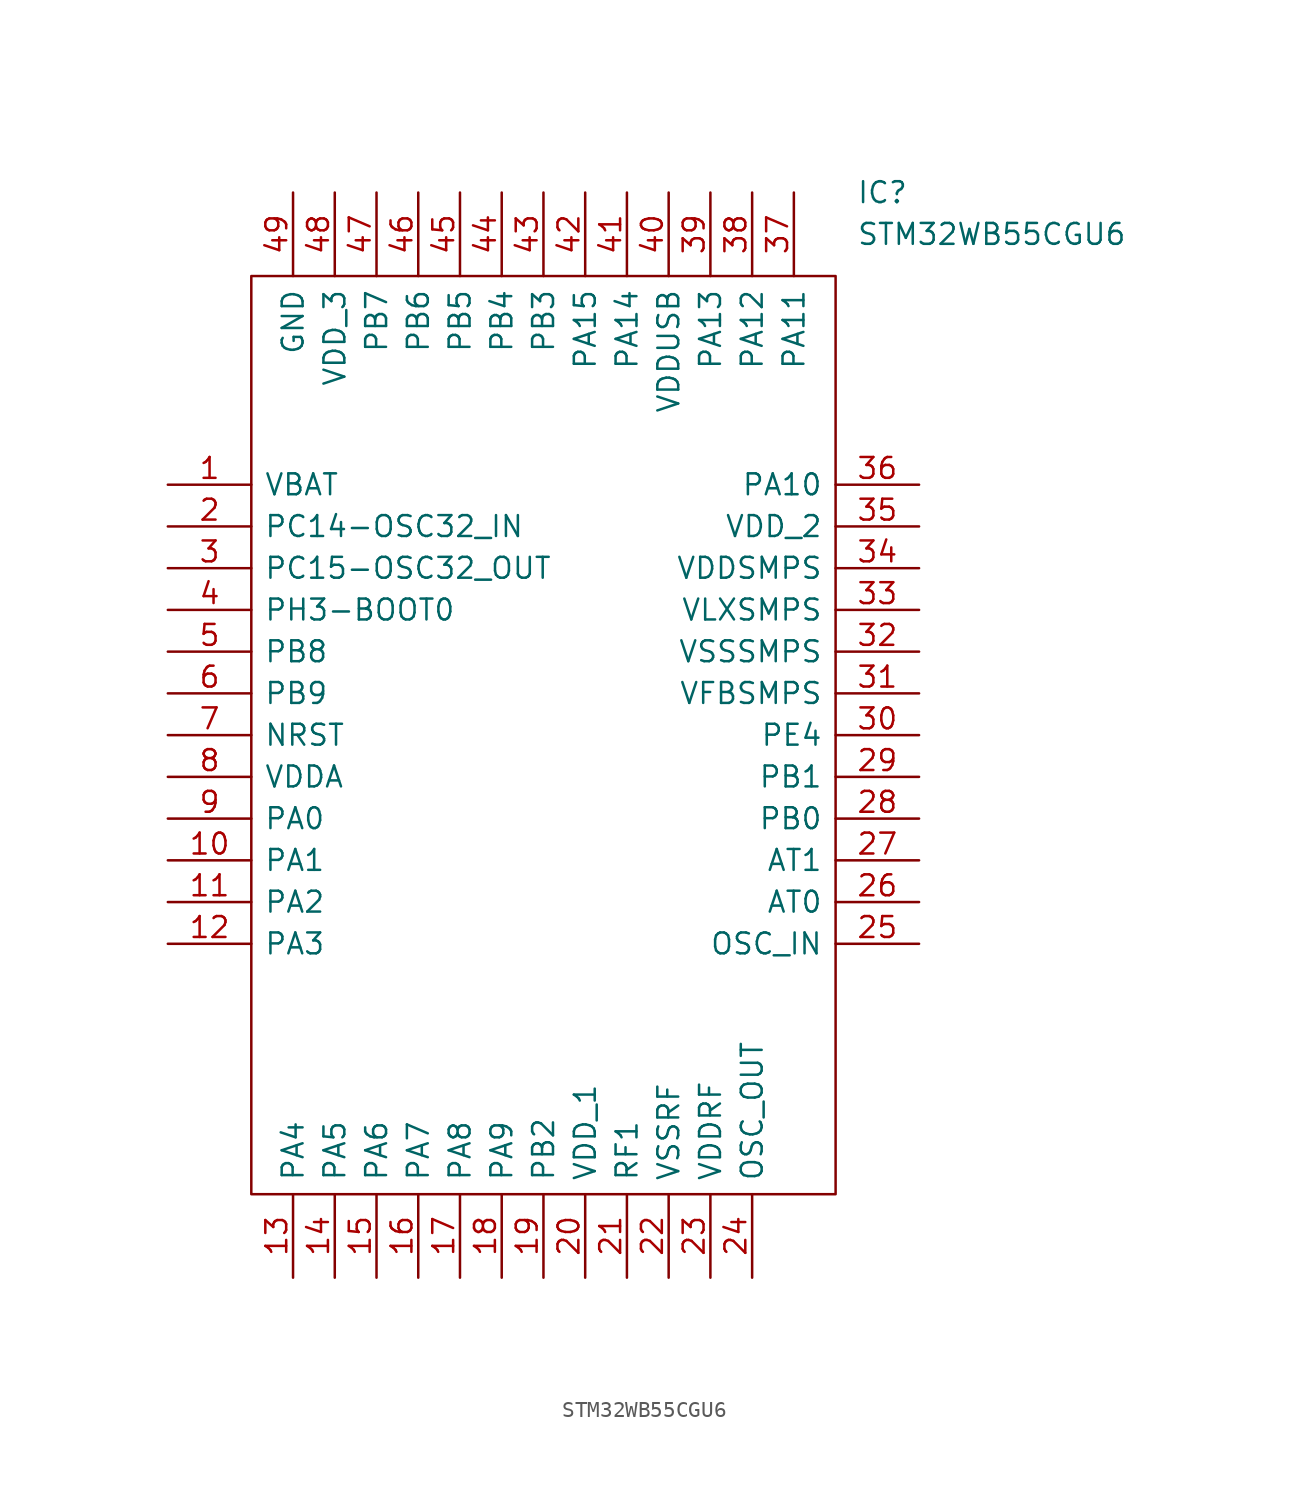
<source format=kicad_sym>
(kicad_symbol_lib
  (version 20211014)
  (generator kicad_symbol_editor)
  (symbol "STM32WB55CGU6"
    (pin_names
      (offset 0.762))
    (property "Reference" "IC"
      (at 41.91 17.78 0)
      (effects (font (size 1.27 1.27)) (justify left)))
    (property "Value" "STM32WB55CGU6"
      (at 41.91 15.24 0)
      (effects (font (size 1.27 1.27)) (justify left)))
    (symbol "STM32WB55CGU6_0_0"
      (pin passive line (at 0 0 0) (length 5.08) (name "VBAT" (effects (font (size 1.27 1.27)))) (number "1" (effects (font (size 1.27 1.27)))))
      (pin passive line (at 0 -22.86 0) (length 5.08) (name "PA1" (effects (font (size 1.27 1.27)))) (number "10" (effects (font (size 1.27 1.27)))))
      (pin passive line (at 0 -25.4 0) (length 5.08) (name "PA2" (effects (font (size 1.27 1.27)))) (number "11" (effects (font (size 1.27 1.27)))))
      (pin passive line (at 0 -27.94 0) (length 5.08) (name "PA3" (effects (font (size 1.27 1.27)))) (number "12" (effects (font (size 1.27 1.27)))))
      (pin passive line (at 7.62 -48.26 90) (length 5.08) (name "PA4" (effects (font (size 1.27 1.27)))) (number "13" (effects (font (size 1.27 1.27)))))
      (pin passive line (at 10.16 -48.26 90) (length 5.08) (name "PA5" (effects (font (size 1.27 1.27)))) (number "14" (effects (font (size 1.27 1.27)))))
      (pin passive line (at 12.7 -48.26 90) (length 5.08) (name "PA6" (effects (font (size 1.27 1.27)))) (number "15" (effects (font (size 1.27 1.27)))))
      (pin passive line (at 15.24 -48.26 90) (length 5.08) (name "PA7" (effects (font (size 1.27 1.27)))) (number "16" (effects (font (size 1.27 1.27)))))
      (pin passive line (at 17.78 -48.26 90) (length 5.08) (name "PA8" (effects (font (size 1.27 1.27)))) (number "17" (effects (font (size 1.27 1.27)))))
      (pin passive line (at 20.32 -48.26 90) (length 5.08) (name "PA9" (effects (font (size 1.27 1.27)))) (number "18" (effects (font (size 1.27 1.27)))))
      (pin passive line (at 22.86 -48.26 90) (length 5.08) (name "PB2" (effects (font (size 1.27 1.27)))) (number "19" (effects (font (size 1.27 1.27)))))
      (pin passive line (at 0 -2.54 0) (length 5.08) (name "PC14-OSC32_IN" (effects (font (size 1.27 1.27)))) (number "2" (effects (font (size 1.27 1.27)))))
      (pin passive line (at 25.4 -48.26 90) (length 5.08) (name "VDD_1" (effects (font (size 1.27 1.27)))) (number "20" (effects (font (size 1.27 1.27)))))
      (pin passive line (at 27.94 -48.26 90) (length 5.08) (name "RF1" (effects (font (size 1.27 1.27)))) (number "21" (effects (font (size 1.27 1.27)))))
      (pin passive line (at 30.48 -48.26 90) (length 5.08) (name "VSSRF" (effects (font (size 1.27 1.27)))) (number "22" (effects (font (size 1.27 1.27)))))
      (pin passive line (at 33.02 -48.26 90) (length 5.08) (name "VDDRF" (effects (font (size 1.27 1.27)))) (number "23" (effects (font (size 1.27 1.27)))))
      (pin passive line (at 35.56 -48.26 90) (length 5.08) (name "OSC_OUT" (effects (font (size 1.27 1.27)))) (number "24" (effects (font (size 1.27 1.27)))))
      (pin passive line (at 45.72 -27.94 180) (length 5.08) (name "OSC_IN" (effects (font (size 1.27 1.27)))) (number "25" (effects (font (size 1.27 1.27)))))
      (pin passive line (at 45.72 -25.4 180) (length 5.08) (name "AT0" (effects (font (size 1.27 1.27)))) (number "26" (effects (font (size 1.27 1.27)))))
      (pin passive line (at 45.72 -22.86 180) (length 5.08) (name "AT1" (effects (font (size 1.27 1.27)))) (number "27" (effects (font (size 1.27 1.27)))))
      (pin passive line (at 45.72 -20.32 180) (length 5.08) (name "PB0" (effects (font (size 1.27 1.27)))) (number "28" (effects (font (size 1.27 1.27)))))
      (pin passive line (at 45.72 -17.78 180) (length 5.08) (name "PB1" (effects (font (size 1.27 1.27)))) (number "29" (effects (font (size 1.27 1.27)))))
      (pin passive line (at 0 -5.08 0) (length 5.08) (name "PC15-OSC32_OUT" (effects (font (size 1.27 1.27)))) (number "3" (effects (font (size 1.27 1.27)))))
      (pin passive line (at 45.72 -15.24 180) (length 5.08) (name "PE4" (effects (font (size 1.27 1.27)))) (number "30" (effects (font (size 1.27 1.27)))))
      (pin passive line (at 45.72 -12.7 180) (length 5.08) (name "VFBSMPS" (effects (font (size 1.27 1.27)))) (number "31" (effects (font (size 1.27 1.27)))))
      (pin passive line (at 45.72 -10.16 180) (length 5.08) (name "VSSSMPS" (effects (font (size 1.27 1.27)))) (number "32" (effects (font (size 1.27 1.27)))))
      (pin passive line (at 45.72 -7.62 180) (length 5.08) (name "VLXSMPS" (effects (font (size 1.27 1.27)))) (number "33" (effects (font (size 1.27 1.27)))))
      (pin passive line (at 45.72 -5.08 180) (length 5.08) (name "VDDSMPS" (effects (font (size 1.27 1.27)))) (number "34" (effects (font (size 1.27 1.27)))))
      (pin passive line (at 45.72 -2.54 180) (length 5.08) (name "VDD_2" (effects (font (size 1.27 1.27)))) (number "35" (effects (font (size 1.27 1.27)))))
      (pin passive line (at 45.72 0 180) (length 5.08) (name "PA10" (effects (font (size 1.27 1.27)))) (number "36" (effects (font (size 1.27 1.27)))))
      (pin passive line (at 38.1 17.78 270) (length 5.08) (name "PA11" (effects (font (size 1.27 1.27)))) (number "37" (effects (font (size 1.27 1.27)))))
      (pin passive line (at 35.56 17.78 270) (length 5.08) (name "PA12" (effects (font (size 1.27 1.27)))) (number "38" (effects (font (size 1.27 1.27)))))
      (pin passive line (at 33.02 17.78 270) (length 5.08) (name "PA13" (effects (font (size 1.27 1.27)))) (number "39" (effects (font (size 1.27 1.27)))))
      (pin passive line (at 0 -7.62 0) (length 5.08) (name "PH3-BOOT0" (effects (font (size 1.27 1.27)))) (number "4" (effects (font (size 1.27 1.27)))))
      (pin passive line (at 30.48 17.78 270) (length 5.08) (name "VDDUSB" (effects (font (size 1.27 1.27)))) (number "40" (effects (font (size 1.27 1.27)))))
      (pin passive line (at 27.94 17.78 270) (length 5.08) (name "PA14" (effects (font (size 1.27 1.27)))) (number "41" (effects (font (size 1.27 1.27)))))
      (pin passive line (at 25.4 17.78 270) (length 5.08) (name "PA15" (effects (font (size 1.27 1.27)))) (number "42" (effects (font (size 1.27 1.27)))))
      (pin passive line (at 22.86 17.78 270) (length 5.08) (name "PB3" (effects (font (size 1.27 1.27)))) (number "43" (effects (font (size 1.27 1.27)))))
      (pin passive line (at 20.32 17.78 270) (length 5.08) (name "PB4" (effects (font (size 1.27 1.27)))) (number "44" (effects (font (size 1.27 1.27)))))
      (pin passive line (at 17.78 17.78 270) (length 5.08) (name "PB5" (effects (font (size 1.27 1.27)))) (number "45" (effects (font (size 1.27 1.27)))))
      (pin passive line (at 15.24 17.78 270) (length 5.08) (name "PB6" (effects (font (size 1.27 1.27)))) (number "46" (effects (font (size 1.27 1.27)))))
      (pin passive line (at 12.7 17.78 270) (length 5.08) (name "PB7" (effects (font (size 1.27 1.27)))) (number "47" (effects (font (size 1.27 1.27)))))
      (pin passive line (at 10.16 17.78 270) (length 5.08) (name "VDD_3" (effects (font (size 1.27 1.27)))) (number "48" (effects (font (size 1.27 1.27)))))
      (pin passive line (at 7.62 17.78 270) (length 5.08) (name "GND" (effects (font (size 1.27 1.27)))) (number "49" (effects (font (size 1.27 1.27)))))
      (pin passive line (at 0 -10.16 0) (length 5.08) (name "PB8" (effects (font (size 1.27 1.27)))) (number "5" (effects (font (size 1.27 1.27)))))
      (pin passive line (at 0 -12.7 0) (length 5.08) (name "PB9" (effects (font (size 1.27 1.27)))) (number "6" (effects (font (size 1.27 1.27)))))
      (pin passive line (at 0 -15.24 0) (length 5.08) (name "NRST" (effects (font (size 1.27 1.27)))) (number "7" (effects (font (size 1.27 1.27)))))
      (pin passive line (at 0 -17.78 0) (length 5.08) (name "VDDA" (effects (font (size 1.27 1.27)))) (number "8" (effects (font (size 1.27 1.27)))))
      (pin passive line (at 0 -20.32 0) (length 5.08) (name "PA0" (effects (font (size 1.27 1.27)))) (number "9" (effects (font (size 1.27 1.27))))))
    (symbol "STM32WB55CGU6_0_1"
      (polyline (pts (xy 5.08 12.7) (xy 40.64 12.7) (xy 40.64 -43.18) (xy 5.08 -43.18) (xy 5.08 12.7)) (stroke (width 0.152) (type default) (color 0 0 0 0)) (fill (type none))))))
</source>
